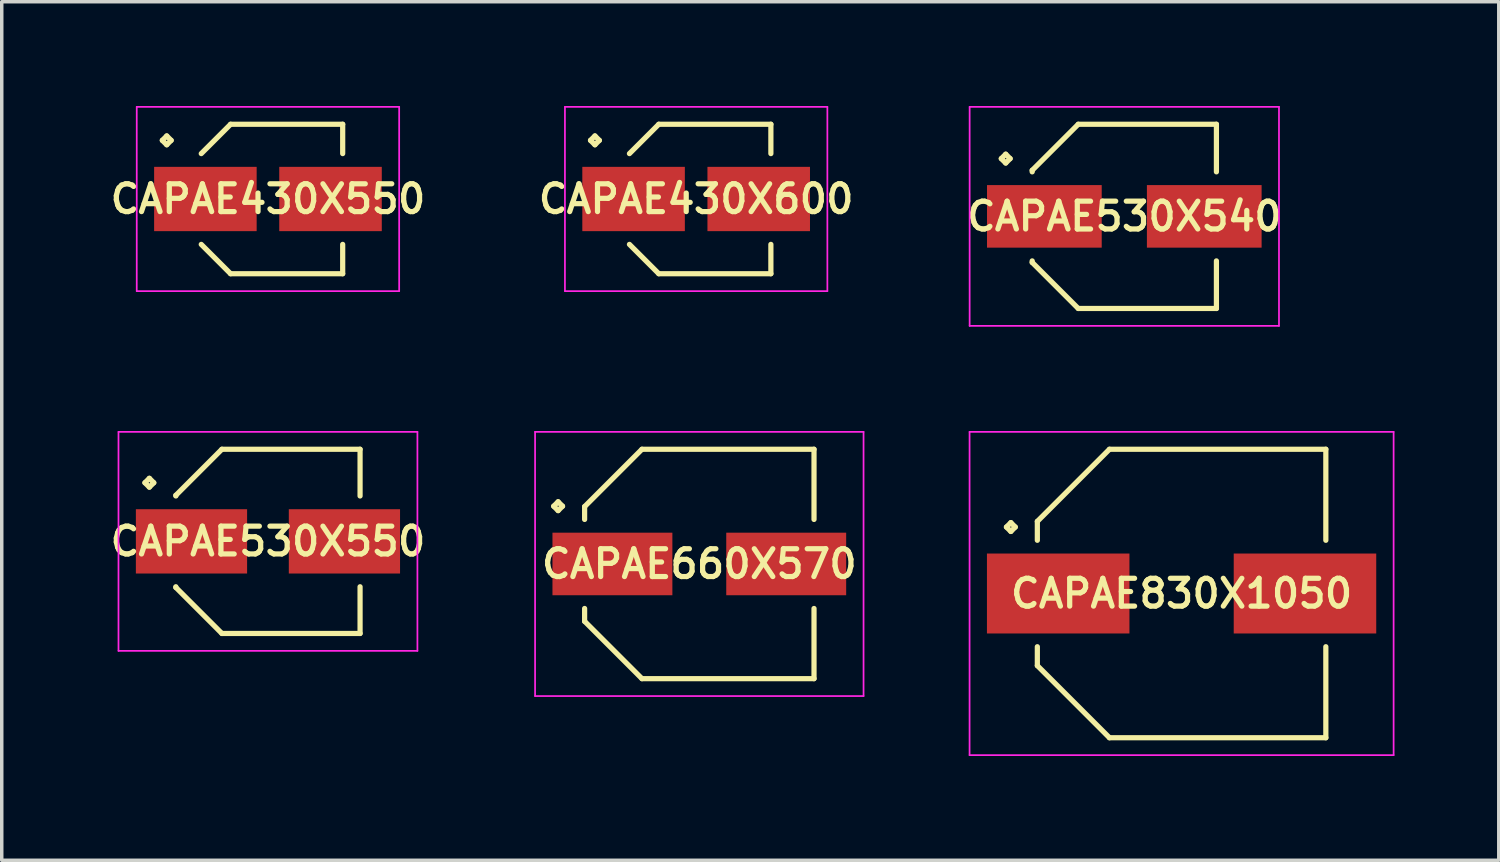
<source format=kicad_pcb>
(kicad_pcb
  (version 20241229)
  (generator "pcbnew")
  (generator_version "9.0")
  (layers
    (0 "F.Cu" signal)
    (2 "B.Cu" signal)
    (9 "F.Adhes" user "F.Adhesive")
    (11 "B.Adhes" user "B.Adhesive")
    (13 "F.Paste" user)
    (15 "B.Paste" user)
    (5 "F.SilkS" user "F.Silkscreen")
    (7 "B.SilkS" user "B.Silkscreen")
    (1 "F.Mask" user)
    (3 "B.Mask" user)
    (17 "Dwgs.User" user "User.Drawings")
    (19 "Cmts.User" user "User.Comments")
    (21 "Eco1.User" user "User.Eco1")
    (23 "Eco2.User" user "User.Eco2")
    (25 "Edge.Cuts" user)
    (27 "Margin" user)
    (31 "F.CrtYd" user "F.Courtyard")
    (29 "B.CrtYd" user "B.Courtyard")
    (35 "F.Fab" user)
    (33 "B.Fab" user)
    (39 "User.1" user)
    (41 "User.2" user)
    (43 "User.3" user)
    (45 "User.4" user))
  (footprint "CAPAE430X550"
    (layer "F.Cu")
    (at 4.659 2.675)
    (property "Reference" "CAPAE430X550" (at 0 0 0) (layer "F.SilkS") (effects (font (size 0.8 0.8) (thickness 0.15))))
    (attr smd)
    (fp_line (start -3.039 -1.687) (end -2.912 -1.814) (stroke (width 0.15) (type solid)) (layer "F.SilkS"))
    (fp_line (start -2.912 -1.814) (end -2.785 -1.687) (stroke (width 0.15) (type solid)) (layer "F.SilkS"))
    (fp_line (start -2.912 -1.56) (end -3.039 -1.687) (stroke (width 0.15) (type solid)) (layer "F.SilkS"))
    (fp_line (start -2.785 -1.687) (end -2.912 -1.56) (stroke (width 0.15) (type solid)) (layer "F.SilkS"))
    (fp_line (start -1.075 -2.15) (end -1.919 -1.306) (stroke (width 0.15) (type solid)) (layer "F.SilkS"))
    (fp_line (start -1.075 2.15) (end -1.919 1.306) (stroke (width 0.15) (type solid)) (layer "F.SilkS"))
    (fp_line (start 2.15 -2.15) (end -1.075 -2.15) (stroke (width 0.15) (type solid)) (layer "F.SilkS"))
    (fp_line (start 2.15 -1.306) (end 2.15 -2.15) (stroke (width 0.15) (type solid)) (layer "F.SilkS"))
    (fp_line (start 2.15 1.306) (end 2.15 2.15) (stroke (width 0.15) (type solid)) (layer "F.SilkS"))
    (fp_line (start 2.15 2.15) (end -1.075 2.15) (stroke (width 0.15) (type solid)) (layer "F.SilkS"))
    (fp_line (start -3.775 -2.65) (end 3.775 -2.65) (stroke (width 0.05) (type solid)) (layer "F.CrtYd"))
    (fp_line (start -3.775 2.65) (end -3.775 -2.65) (stroke (width 0.05) (type solid)) (layer "F.CrtYd"))
    (fp_line (start 3.775 -2.65) (end 3.775 2.65) (stroke (width 0.05) (type solid)) (layer "F.CrtYd"))
    (fp_line (start 3.775 2.65) (end -3.775 2.65) (stroke (width 0.05) (type solid)) (layer "F.CrtYd"))
    (pad "1" smd rect (at -1.8 0) (size 2.95 1.85) (layers "F.Cu" "F.Mask" "F.Paste"))
    (pad "2" smd rect (at 1.8 0) (size 2.95 1.85) (layers "F.Cu" "F.Mask" "F.Paste")))
  (footprint "CAPAE660X570"
    (layer "F.Cu")
    (at 17.069 13.175)
    (property "Reference" "CAPAE660X570" (at 0 0 0) (layer "F.SilkS") (effects (font (size 0.8 0.8) (thickness 0.15))))
    (attr smd)
    (fp_line (start -4.189 -1.662) (end -4.062 -1.789) (stroke (width 0.15) (type solid)) (layer "F.SilkS"))
    (fp_line (start -4.062 -1.789) (end -3.935 -1.662) (stroke (width 0.15) (type solid)) (layer "F.SilkS"))
    (fp_line (start -4.062 -1.535) (end -4.189 -1.662) (stroke (width 0.15) (type solid)) (layer "F.SilkS"))
    (fp_line (start -3.935 -1.662) (end -4.062 -1.535) (stroke (width 0.15) (type solid)) (layer "F.SilkS"))
    (fp_line (start -3.3 -1.65) (end -3.3 -1.281) (stroke (width 0.15) (type solid)) (layer "F.SilkS"))
    (fp_line (start -3.3 1.65) (end -3.3 1.281) (stroke (width 0.15) (type solid)) (layer "F.SilkS"))
    (fp_line (start -1.65 -3.3) (end -3.3 -1.65) (stroke (width 0.15) (type solid)) (layer "F.SilkS"))
    (fp_line (start -1.65 3.3) (end -3.3 1.65) (stroke (width 0.15) (type solid)) (layer "F.SilkS"))
    (fp_line (start 3.3 -3.3) (end -1.65 -3.3) (stroke (width 0.15) (type solid)) (layer "F.SilkS"))
    (fp_line (start 3.3 -1.281) (end 3.3 -3.3) (stroke (width 0.15) (type solid)) (layer "F.SilkS"))
    (fp_line (start 3.3 1.281) (end 3.3 3.3) (stroke (width 0.15) (type solid)) (layer "F.SilkS"))
    (fp_line (start 3.3 3.3) (end -1.65 3.3) (stroke (width 0.15) (type solid)) (layer "F.SilkS"))
    (fp_line (start -4.725 -3.8) (end 4.725 -3.8) (stroke (width 0.05) (type solid)) (layer "F.CrtYd"))
    (fp_line (start -4.725 3.8) (end -4.725 -3.8) (stroke (width 0.05) (type solid)) (layer "F.CrtYd"))
    (fp_line (start 4.725 -3.8) (end 4.725 3.8) (stroke (width 0.05) (type solid)) (layer "F.CrtYd"))
    (fp_line (start 4.725 3.8) (end -4.725 3.8) (stroke (width 0.05) (type solid)) (layer "F.CrtYd"))
    (pad "1" smd rect (at -2.5 0) (size 3.45 1.8) (layers "F.Cu" "F.Mask" "F.Paste"))
    (pad "2" smd rect (at 2.5 0) (size 3.45 1.8) (layers "F.Cu" "F.Mask" "F.Paste")))
  (footprint "CAPAE830X1050"
    (layer "F.Cu")
    (at 30.944 14.025)
    (property "Reference" "CAPAE830X1050" (at 0 0 0) (layer "F.SilkS") (effects (font (size 0.8 0.8) (thickness 0.15))))
    (attr smd)
    (fp_line (start -5.039 -1.912) (end -4.912 -2.039) (stroke (width 0.15) (type solid)) (layer "F.SilkS"))
    (fp_line (start -4.912 -2.039) (end -4.785 -1.912) (stroke (width 0.15) (type solid)) (layer "F.SilkS"))
    (fp_line (start -4.912 -1.785) (end -5.039 -1.912) (stroke (width 0.15) (type solid)) (layer "F.SilkS"))
    (fp_line (start -4.785 -1.912) (end -4.912 -1.785) (stroke (width 0.15) (type solid)) (layer "F.SilkS"))
    (fp_line (start -4.15 -2.075) (end -4.15 -1.531) (stroke (width 0.15) (type solid)) (layer "F.SilkS"))
    (fp_line (start -4.15 2.075) (end -4.15 1.531) (stroke (width 0.15) (type solid)) (layer "F.SilkS"))
    (fp_line (start -2.075 -4.15) (end -4.15 -2.075) (stroke (width 0.15) (type solid)) (layer "F.SilkS"))
    (fp_line (start -2.075 4.15) (end -4.15 2.075) (stroke (width 0.15) (type solid)) (layer "F.SilkS"))
    (fp_line (start 4.15 -4.15) (end -2.075 -4.15) (stroke (width 0.15) (type solid)) (layer "F.SilkS"))
    (fp_line (start 4.15 -1.531) (end 4.15 -4.15) (stroke (width 0.15) (type solid)) (layer "F.SilkS"))
    (fp_line (start 4.15 1.531) (end 4.15 4.15) (stroke (width 0.15) (type solid)) (layer "F.SilkS"))
    (fp_line (start 4.15 4.15) (end -2.075 4.15) (stroke (width 0.15) (type solid)) (layer "F.SilkS"))
    (fp_line (start -6.1 -4.65) (end 6.1 -4.65) (stroke (width 0.05) (type solid)) (layer "F.CrtYd"))
    (fp_line (start -6.1 4.65) (end -6.1 -4.65) (stroke (width 0.05) (type solid)) (layer "F.CrtYd"))
    (fp_line (start 6.1 -4.65) (end 6.1 4.65) (stroke (width 0.05) (type solid)) (layer "F.CrtYd"))
    (fp_line (start 6.1 4.65) (end -6.1 4.65) (stroke (width 0.05) (type solid)) (layer "F.CrtYd"))
    (pad "1" smd rect (at -3.55 0) (size 4.1 2.3) (layers "F.Cu" "F.Mask" "F.Paste"))
    (pad "2" smd rect (at 3.55 0) (size 4.1 2.3) (layers "F.Cu" "F.Mask" "F.Paste")))
  (footprint "CAPAE430X600"
    (layer "F.Cu")
    (at 16.978 2.675)
    (property "Reference" "CAPAE430X600" (at 0 0 0) (layer "F.SilkS") (effects (font (size 0.8 0.8) (thickness 0.15))))
    (attr smd)
    (fp_line (start -3.039 -1.687) (end -2.912 -1.814) (stroke (width 0.15) (type solid)) (layer "F.SilkS"))
    (fp_line (start -2.912 -1.814) (end -2.785 -1.687) (stroke (width 0.15) (type solid)) (layer "F.SilkS"))
    (fp_line (start -2.912 -1.56) (end -3.039 -1.687) (stroke (width 0.15) (type solid)) (layer "F.SilkS"))
    (fp_line (start -2.785 -1.687) (end -2.912 -1.56) (stroke (width 0.15) (type solid)) (layer "F.SilkS"))
    (fp_line (start -1.075 -2.15) (end -1.919 -1.306) (stroke (width 0.15) (type solid)) (layer "F.SilkS"))
    (fp_line (start -1.075 2.15) (end -1.919 1.306) (stroke (width 0.15) (type solid)) (layer "F.SilkS"))
    (fp_line (start 2.15 -2.15) (end -1.075 -2.15) (stroke (width 0.15) (type solid)) (layer "F.SilkS"))
    (fp_line (start 2.15 -1.306) (end 2.15 -2.15) (stroke (width 0.15) (type solid)) (layer "F.SilkS"))
    (fp_line (start 2.15 1.306) (end 2.15 2.15) (stroke (width 0.15) (type solid)) (layer "F.SilkS"))
    (fp_line (start 2.15 2.15) (end -1.075 2.15) (stroke (width 0.15) (type solid)) (layer "F.SilkS"))
    (fp_line (start -3.775 -2.65) (end 3.775 -2.65) (stroke (width 0.05) (type solid)) (layer "F.CrtYd"))
    (fp_line (start -3.775 2.65) (end -3.775 -2.65) (stroke (width 0.05) (type solid)) (layer "F.CrtYd"))
    (fp_line (start 3.775 -2.65) (end 3.775 2.65) (stroke (width 0.05) (type solid)) (layer "F.CrtYd"))
    (fp_line (start 3.775 2.65) (end -3.775 2.65) (stroke (width 0.05) (type solid)) (layer "F.CrtYd"))
    (pad "1" smd rect (at -1.8 0) (size 2.95 1.85) (layers "F.Cu" "F.Mask" "F.Paste"))
    (pad "2" smd rect (at 1.8 0) (size 2.95 1.85) (layers "F.Cu" "F.Mask" "F.Paste")))
  (footprint "CAPAE530X540"
    (layer "F.Cu")
    (at 29.296 3.175)
    (property "Reference" "CAPAE530X540" (at 0 0 0) (layer "F.SilkS") (effects (font (size 0.8 0.8) (thickness 0.15))))
    (attr smd)
    (fp_line (start -3.539 -1.662) (end -3.412 -1.789) (stroke (width 0.15) (type solid)) (layer "F.SilkS"))
    (fp_line (start -3.412 -1.789) (end -3.285 -1.662) (stroke (width 0.15) (type solid)) (layer "F.SilkS"))
    (fp_line (start -3.412 -1.535) (end -3.539 -1.662) (stroke (width 0.15) (type solid)) (layer "F.SilkS"))
    (fp_line (start -3.285 -1.662) (end -3.412 -1.535) (stroke (width 0.15) (type solid)) (layer "F.SilkS"))
    (fp_line (start -2.65 -1.325) (end -2.65 -1.281) (stroke (width 0.15) (type solid)) (layer "F.SilkS"))
    (fp_line (start -2.65 1.325) (end -2.65 1.281) (stroke (width 0.15) (type solid)) (layer "F.SilkS"))
    (fp_line (start -1.325 -2.65) (end -2.65 -1.325) (stroke (width 0.15) (type solid)) (layer "F.SilkS"))
    (fp_line (start -1.325 2.65) (end -2.65 1.325) (stroke (width 0.15) (type solid)) (layer "F.SilkS"))
    (fp_line (start 2.65 -2.65) (end -1.325 -2.65) (stroke (width 0.15) (type solid)) (layer "F.SilkS"))
    (fp_line (start 2.65 -1.281) (end 2.65 -2.65) (stroke (width 0.15) (type solid)) (layer "F.SilkS"))
    (fp_line (start 2.65 1.281) (end 2.65 2.65) (stroke (width 0.15) (type solid)) (layer "F.SilkS"))
    (fp_line (start 2.65 2.65) (end -1.325 2.65) (stroke (width 0.15) (type solid)) (layer "F.SilkS"))
    (fp_line (start -4.45 -3.15) (end 4.45 -3.15) (stroke (width 0.05) (type solid)) (layer "F.CrtYd"))
    (fp_line (start -4.45 3.15) (end -4.45 -3.15) (stroke (width 0.05) (type solid)) (layer "F.CrtYd"))
    (fp_line (start 4.45 -3.15) (end 4.45 3.15) (stroke (width 0.05) (type solid)) (layer "F.CrtYd"))
    (fp_line (start 4.45 3.15) (end -4.45 3.15) (stroke (width 0.05) (type solid)) (layer "F.CrtYd"))
    (pad "1" smd rect (at -2.3 0) (size 3.3 1.8) (layers "F.Cu" "F.Mask" "F.Paste"))
    (pad "2" smd rect (at 2.3 0) (size 3.3 1.8) (layers "F.Cu" "F.Mask" "F.Paste")))
  (footprint "CAPAE530X550"
    (layer "F.Cu")
    (at 4.659 12.525)
    (property "Reference" "CAPAE530X550" (at 0 0 0) (layer "F.SilkS") (effects (font (size 0.8 0.8) (thickness 0.15))))
    (attr smd)
    (fp_line (start -3.539 -1.687) (end -3.412 -1.814) (stroke (width 0.15) (type solid)) (layer "F.SilkS"))
    (fp_line (start -3.412 -1.814) (end -3.285 -1.687) (stroke (width 0.15) (type solid)) (layer "F.SilkS"))
    (fp_line (start -3.412 -1.56) (end -3.539 -1.687) (stroke (width 0.15) (type solid)) (layer "F.SilkS"))
    (fp_line (start -3.285 -1.687) (end -3.412 -1.56) (stroke (width 0.15) (type solid)) (layer "F.SilkS"))
    (fp_line (start -2.65 -1.325) (end -2.65 -1.306) (stroke (width 0.15) (type solid)) (layer "F.SilkS"))
    (fp_line (start -2.65 1.325) (end -2.65 1.306) (stroke (width 0.15) (type solid)) (layer "F.SilkS"))
    (fp_line (start -1.325 -2.65) (end -2.65 -1.325) (stroke (width 0.15) (type solid)) (layer "F.SilkS"))
    (fp_line (start -1.325 2.65) (end -2.65 1.325) (stroke (width 0.15) (type solid)) (layer "F.SilkS"))
    (fp_line (start 2.65 -2.65) (end -1.325 -2.65) (stroke (width 0.15) (type solid)) (layer "F.SilkS"))
    (fp_line (start 2.65 -1.306) (end 2.65 -2.65) (stroke (width 0.15) (type solid)) (layer "F.SilkS"))
    (fp_line (start 2.65 1.306) (end 2.65 2.65) (stroke (width 0.15) (type solid)) (layer "F.SilkS"))
    (fp_line (start 2.65 2.65) (end -1.325 2.65) (stroke (width 0.15) (type solid)) (layer "F.SilkS"))
    (fp_line (start -4.3 -3.15) (end 4.3 -3.15) (stroke (width 0.05) (type solid)) (layer "F.CrtYd"))
    (fp_line (start -4.3 3.15) (end -4.3 -3.15) (stroke (width 0.05) (type solid)) (layer "F.CrtYd"))
    (fp_line (start 4.3 -3.15) (end 4.3 3.15) (stroke (width 0.05) (type solid)) (layer "F.CrtYd"))
    (fp_line (start 4.3 3.15) (end -4.3 3.15) (stroke (width 0.05) (type solid)) (layer "F.CrtYd"))
    (pad "1" smd rect (at -2.2 0) (size 3.2 1.85) (layers "F.Cu" "F.Mask" "F.Paste"))
    (pad "2" smd rect (at 2.2 0) (size 3.2 1.85) (layers "F.Cu" "F.Mask" "F.Paste")))
  (gr_rect
    (start -3 -3)
    (end 40.069 21.7)
    (stroke (width 0.1) (type default))
    (fill no)
    (layer "Edge.Cuts")))
</source>
